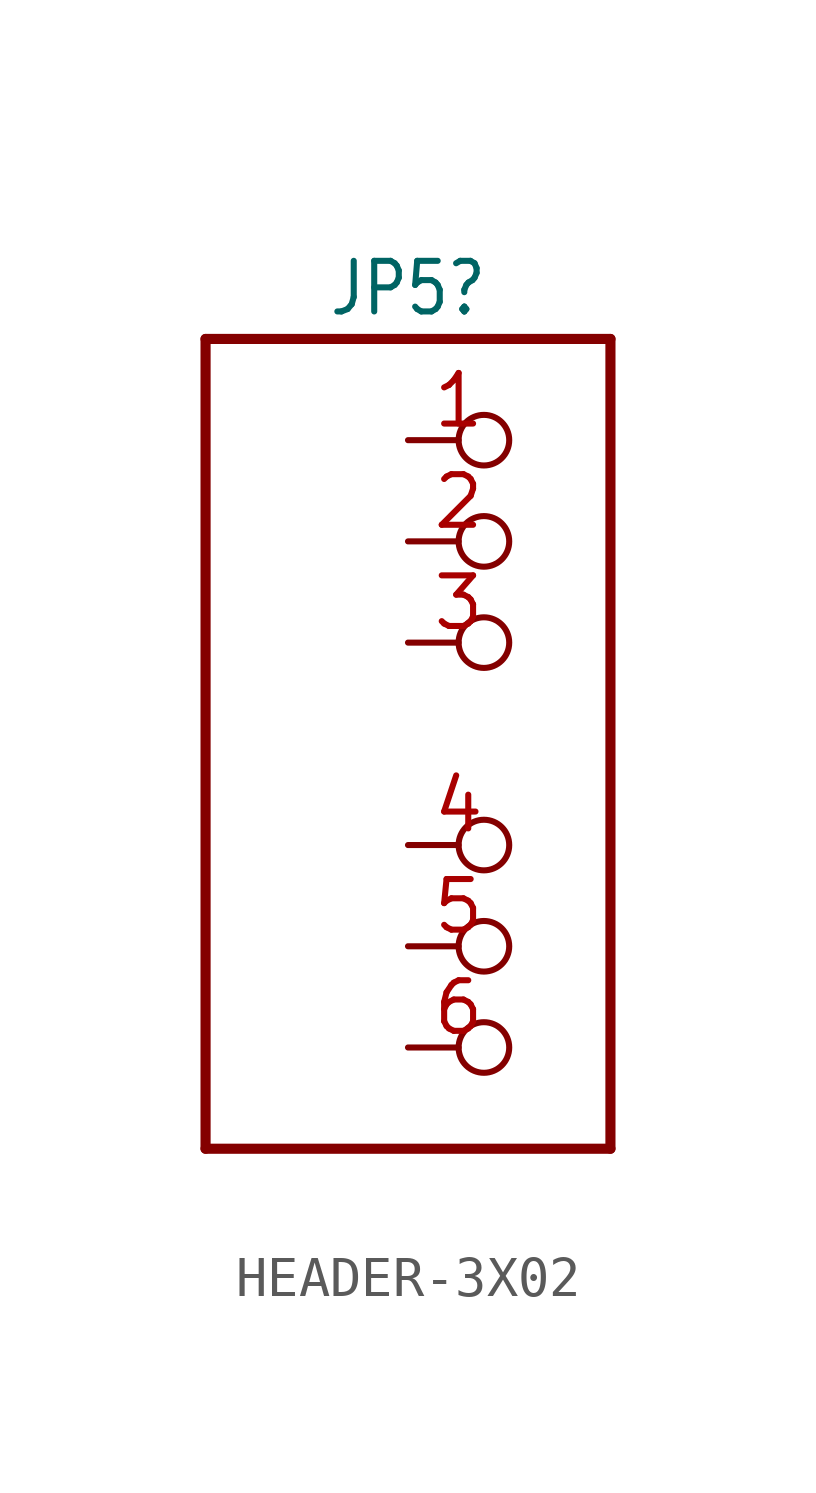
<source format=kicad_sym>
(kicad_symbol_lib
  (version 20220914)
  (generator kicad_symbol_editor)
  (symbol "HEADER-3X02"
    (property "Reference" "JP5"
      (at 0 11.43 0)
      (effects (font (size 1.27 1.079))))
    (property "ki_locked" ""
      (at 0 0 0)
      (effects (font (size 1.27 1.27))))
    (symbol "HEADER-3X02_1_0"
      (polyline (pts (xy -5.08 -10.16) (xy -5.08 10.16)) (stroke (width 0.254) (type solid)) (fill (type none)))
      (polyline (pts (xy -5.08 10.16) (xy 5.08 10.16)) (stroke (width 0.254) (type solid)) (fill (type none)))
      (polyline (pts (xy 5.08 -10.16) (xy -5.08 -10.16)) (stroke (width 0.254) (type solid)) (fill (type none)))
      (polyline (pts (xy 5.08 10.16) (xy 5.08 -10.16)) (stroke (width 0.254) (type solid)) (fill (type none)))
      (pin passive inverted (at 0 7.62 0) (length 2.54) (name "1" (effects (font (size 0 0)))) (number "1" (effects (font (size 1.27 1.27)))))
      (pin passive inverted (at 0 5.08 0) (length 2.54) (name "2" (effects (font (size 0 0)))) (number "2" (effects (font (size 1.27 1.27)))))
      (pin passive inverted (at 0 2.54 0) (length 2.54) (name "3" (effects (font (size 0 0)))) (number "3" (effects (font (size 1.27 1.27)))))
      (pin passive inverted (at 0 -2.54 0) (length 2.54) (name "4" (effects (font (size 0 0)))) (number "4" (effects (font (size 1.27 1.27)))))
      (pin passive inverted (at 0 -5.08 0) (length 2.54) (name "5" (effects (font (size 0 0)))) (number "5" (effects (font (size 1.27 1.27)))))
      (pin passive inverted (at 0 -7.62 0) (length 2.54) (name "6" (effects (font (size 0 0)))) (number "6" (effects (font (size 1.27 1.27))))))))
</source>
